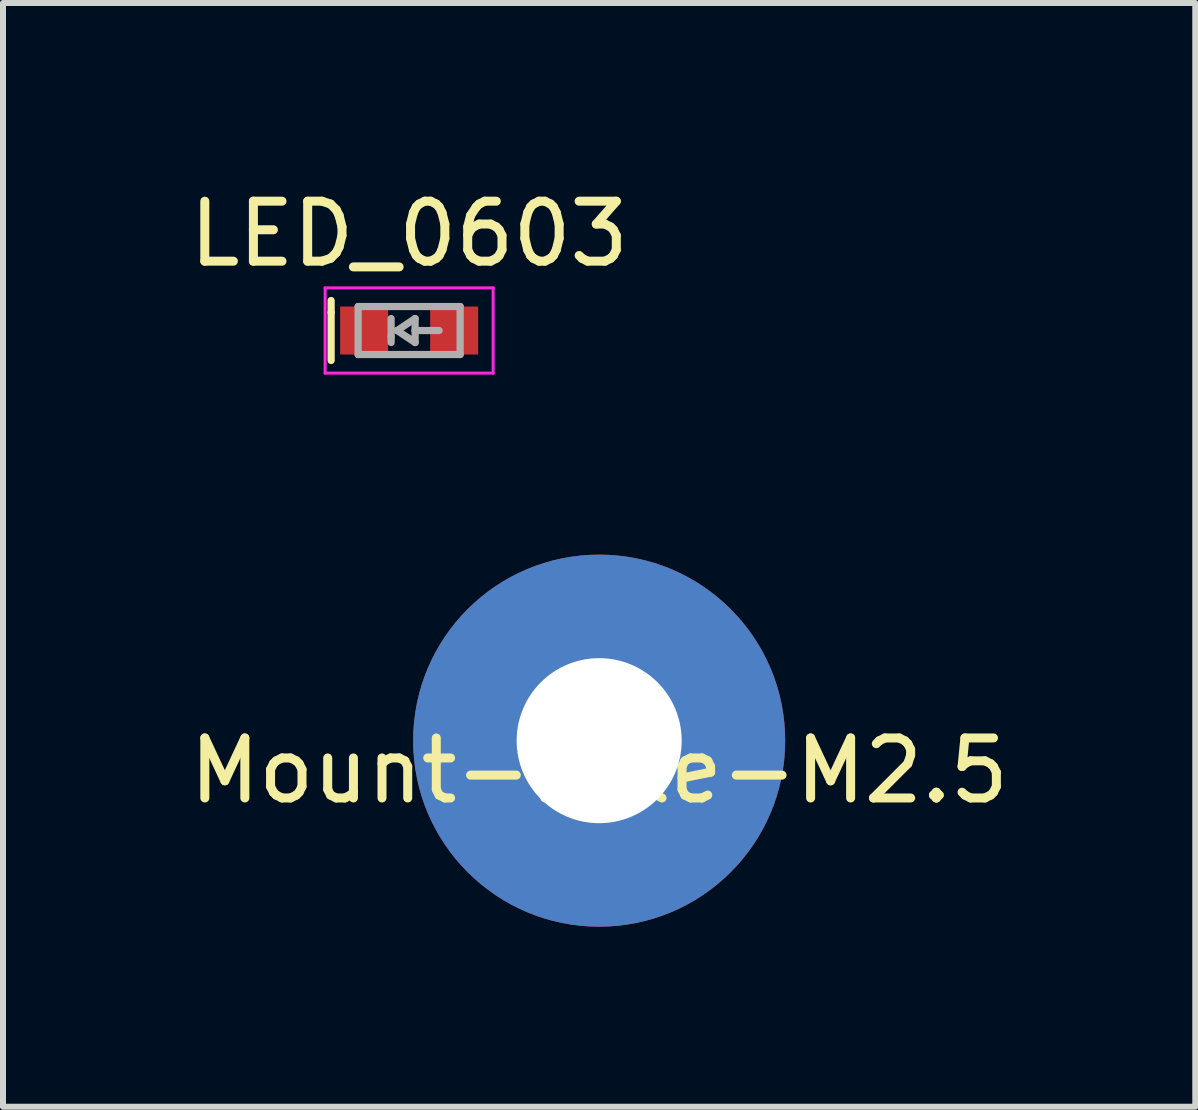
<source format=kicad_pcb>
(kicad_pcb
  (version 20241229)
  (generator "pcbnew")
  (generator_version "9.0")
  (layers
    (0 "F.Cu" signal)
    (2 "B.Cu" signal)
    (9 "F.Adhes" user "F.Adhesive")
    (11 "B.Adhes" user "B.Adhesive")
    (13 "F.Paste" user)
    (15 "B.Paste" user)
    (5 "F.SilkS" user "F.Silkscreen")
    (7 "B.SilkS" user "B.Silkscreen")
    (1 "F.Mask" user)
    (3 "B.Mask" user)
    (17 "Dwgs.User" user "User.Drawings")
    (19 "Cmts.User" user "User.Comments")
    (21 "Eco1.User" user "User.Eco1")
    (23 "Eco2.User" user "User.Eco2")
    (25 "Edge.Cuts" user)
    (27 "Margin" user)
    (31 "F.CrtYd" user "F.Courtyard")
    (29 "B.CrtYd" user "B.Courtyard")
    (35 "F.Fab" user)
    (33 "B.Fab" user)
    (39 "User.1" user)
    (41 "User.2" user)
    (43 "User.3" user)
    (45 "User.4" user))
  (footprint "Mount-hole-M2.5"
    (layer "F.Cu")
    (at 6.935 9.293)
    (property "Reference" "Mount-hole-M2.5" (at 0 0.5 0) (layer "F.SilkS") (effects (font (size 1 1) (thickness 0.15))))
    (attr through_hole)
    (pad "1" thru_hole circle (at 0 0) (size 6.2 6.2) (drill 2.75) (layers "*.Cu" "*.Mask")))
  (footprint "LED_0603"
    (layer "F.Cu")
    (at 3.768 2.458)
    (property "Reference" "LED_0603" (at 0 -1.61 0) (layer "F.SilkS") (effects (font (size 1 1) (thickness 0.15))))
    (attr smd)
    (fp_line (start -1.3 -0.5) (end -1.3 -0.3) (stroke (width 0.12) (type solid)) (layer "F.SilkS"))
    (fp_line (start -1.3 -0.3) (end -1.3 0.5) (stroke (width 0.12) (type solid)) (layer "F.SilkS"))
    (fp_line (start -1.4 -0.71) (end 1.4 -0.71) (stroke (width 0.05) (type solid)) (layer "F.CrtYd"))
    (fp_line (start -1.4 0.71) (end -1.4 -0.71) (stroke (width 0.05) (type solid)) (layer "F.CrtYd"))
    (fp_line (start -1.4 0.71) (end 1.4 0.71) (stroke (width 0.05) (type solid)) (layer "F.CrtYd"))
    (fp_line (start 1.4 0.71) (end 1.4 -0.71) (stroke (width 0.05) (type solid)) (layer "F.CrtYd"))
    (fp_line (start -0.85 -0.4) (end 0.85 -0.4) (stroke (width 0.12) (type solid)) (layer "F.Fab"))
    (fp_line (start -0.85 0.4) (end -0.85 -0.4) (stroke (width 0.12) (type solid)) (layer "F.Fab"))
    (fp_line (start -0.85 0.4) (end 0.85 0.4) (stroke (width 0.12) (type solid)) (layer "F.Fab"))
    (fp_line (start -0.3 -0.2) (end -0.3 0.1) (stroke (width 0.12) (type solid)) (layer "F.Fab"))
    (fp_line (start -0.3 0.2) (end -0.3 0.1) (stroke (width 0.12) (type solid)) (layer "F.Fab"))
    (fp_line (start -0.2 0) (end 0.1 0.2) (stroke (width 0.12) (type solid)) (layer "F.Fab"))
    (fp_line (start 0.1 -0.2) (end -0.2 0) (stroke (width 0.12) (type solid)) (layer "F.Fab"))
    (fp_line (start 0.1 0) (end 0.1 -0.2) (stroke (width 0.12) (type solid)) (layer "F.Fab"))
    (fp_line (start 0.1 0.2) (end 0.1 0) (stroke (width 0.12) (type solid)) (layer "F.Fab"))
    (fp_line (start 0.5 0) (end 0.1 0) (stroke (width 0.12) (type solid)) (layer "F.Fab"))
    (fp_line (start 0.85 0.4) (end 0.85 -0.4) (stroke (width 0.12) (type solid)) (layer "F.Fab"))
    (pad "1" smd rect (at 0.75 0) (size 0.8 0.8) (layers "F.Cu" "F.Mask" "F.Paste"))
    (pad "2" smd rect (at -0.75 0) (size 0.8 0.8) (layers "F.Cu" "F.Mask" "F.Paste")))
  (gr_rect
    (start -3 -3)
    (end 16.869 15.393)
    (stroke (width 0.1) (type default))
    (fill no)
    (layer "Edge.Cuts")))
</source>
